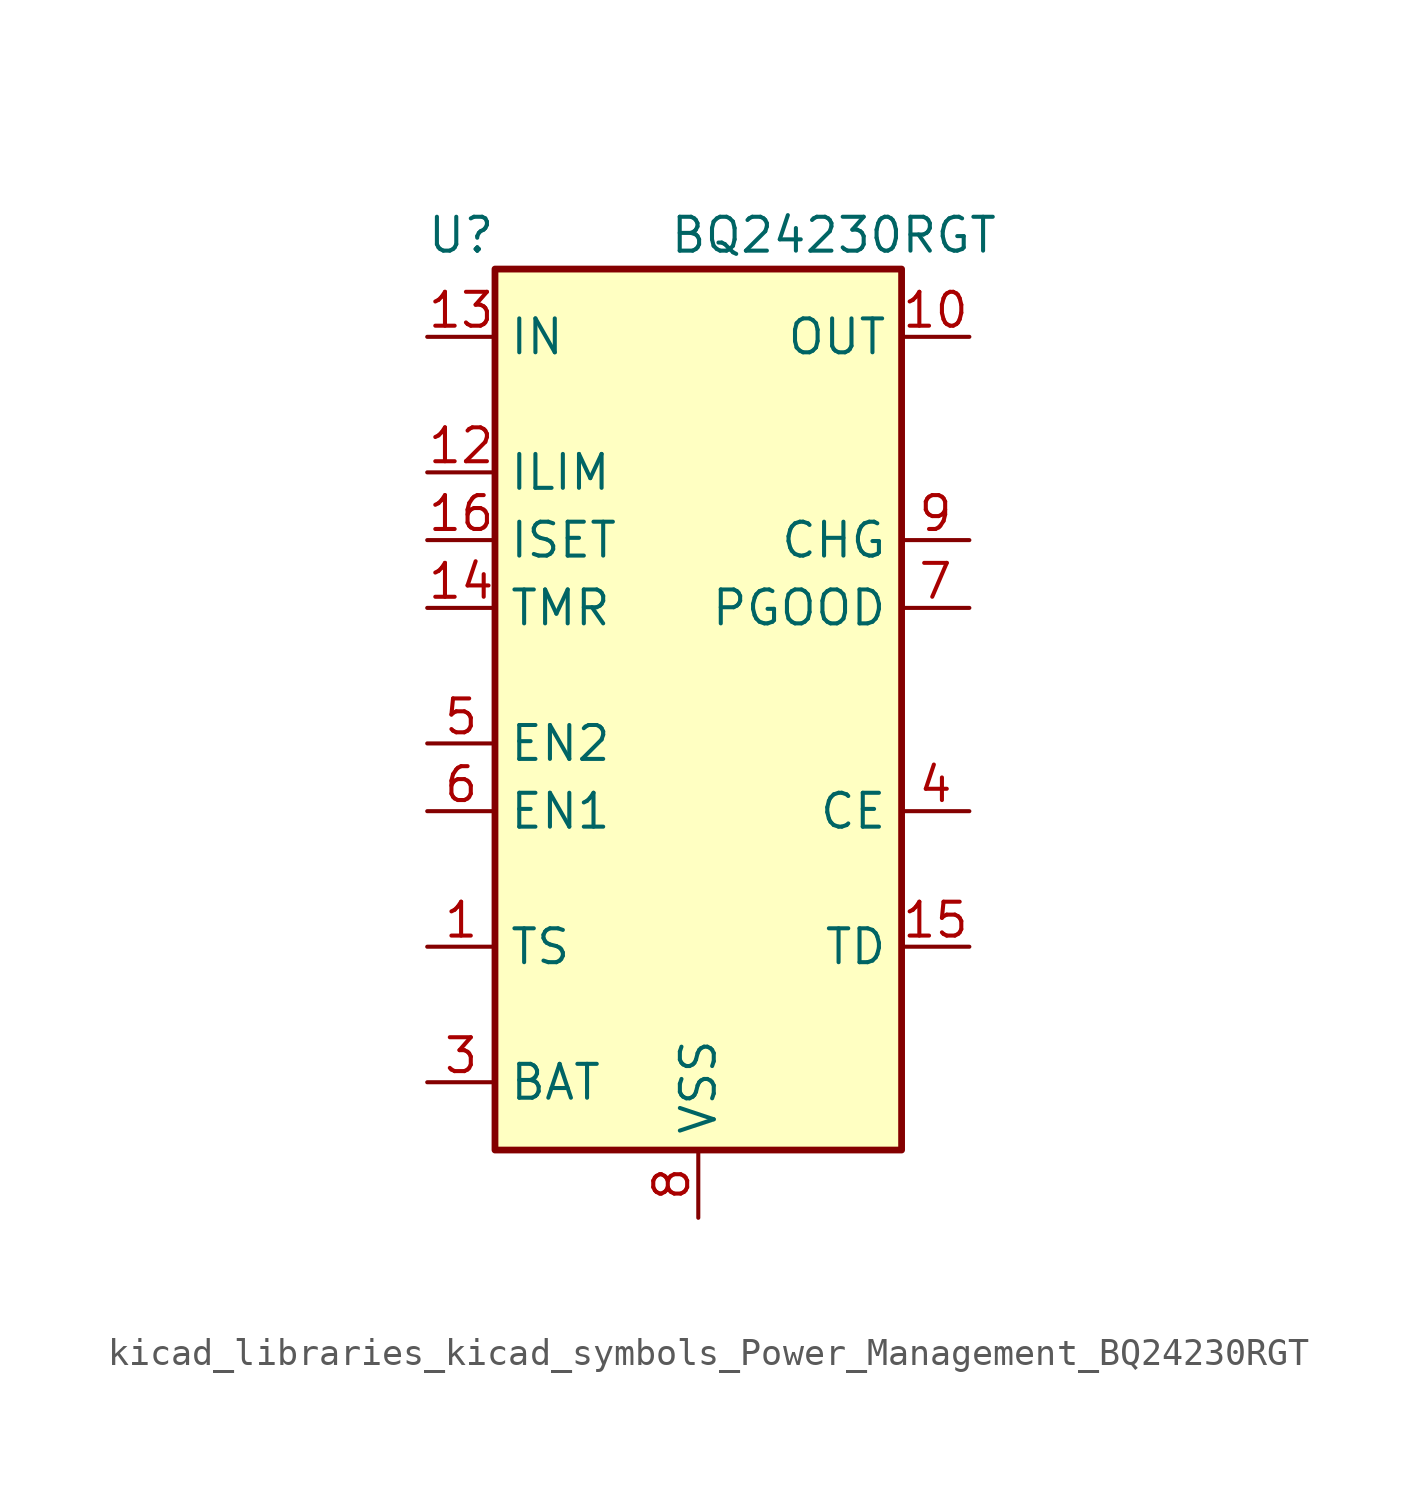
<source format=kicad_sym>
(kicad_symbol_lib
  (version 20220914)
  (generator kicad_symbol_editor)
  (symbol "kicad_libraries_kicad_symbols_Power_Management_BQ24230RGT"
    (property "Reference" "U"
      (at -8.89 19.05 0)
      (effects (font (size 1.27 1.27))))
    (property "Value" "BQ24230RGT"
      (at 5.08 19.05 0)
      (effects (font (size 1.27 1.27))))
    (symbol "kicad_libraries_kicad_symbols_Power_Management_BQ24230RGT_0_1"
      (rectangle (start -7.62 17.78) (end 7.62 -15.24) (stroke (width 0.254) (type default)) (fill (type background))))
    (symbol "kicad_libraries_kicad_symbols_Power_Management_BQ24230RGT_1_1"
      (pin passive line (at -10.16 -7.62 0) (length 2.54) (name "TS" (effects (font (size 1.27 1.27)))) (number "1" (effects (font (size 1.27 1.27)))))
      (pin power_out line (at 10.16 15.24 180) (length 2.54) (name "OUT" (effects (font (size 1.27 1.27)))) (number "10" (effects (font (size 1.27 1.27)))))
      (pin passive line (at 10.16 15.24 180) (length 2.54) hide (name "OUT" (effects (font (size 1.27 1.27)))) (number "11" (effects (font (size 1.27 1.27)))))
      (pin passive line (at -10.16 10.16 0) (length 2.54) (name "ILIM" (effects (font (size 1.27 1.27)))) (number "12" (effects (font (size 1.27 1.27)))))
      (pin power_in line (at -10.16 15.24 0) (length 2.54) (name "IN" (effects (font (size 1.27 1.27)))) (number "13" (effects (font (size 1.27 1.27)))))
      (pin passive line (at -10.16 5.08 0) (length 2.54) (name "TMR" (effects (font (size 1.27 1.27)))) (number "14" (effects (font (size 1.27 1.27)))))
      (pin input line (at 10.16 -7.62 180) (length 2.54) (name "TD" (effects (font (size 1.27 1.27)))) (number "15" (effects (font (size 1.27 1.27)))))
      (pin passive line (at -10.16 7.62 0) (length 2.54) (name "ISET" (effects (font (size 1.27 1.27)))) (number "16" (effects (font (size 1.27 1.27)))))
      (pin passive line (at 0 -17.78 90) (length 2.54) hide (name "VSS" (effects (font (size 1.27 1.27)))) (number "17" (effects (font (size 1.27 1.27)))))
      (pin bidirectional line (at -10.16 -12.7 0) (length 2.54) hide (name "BAT" (effects (font (size 1.27 1.27)))) (number "2" (effects (font (size 1.27 1.27)))))
      (pin bidirectional line (at -10.16 -12.7 0) (length 2.54) (name "BAT" (effects (font (size 1.27 1.27)))) (number "3" (effects (font (size 1.27 1.27)))))
      (pin input line (at 10.16 -2.54 180) (length 2.54) (name "CE" (effects (font (size 1.27 1.27)))) (number "4" (effects (font (size 1.27 1.27)))))
      (pin input line (at -10.16 0 0) (length 2.54) (name "EN2" (effects (font (size 1.27 1.27)))) (number "5" (effects (font (size 1.27 1.27)))))
      (pin input line (at -10.16 -2.54 0) (length 2.54) (name "EN1" (effects (font (size 1.27 1.27)))) (number "6" (effects (font (size 1.27 1.27)))))
      (pin open_collector line (at 10.16 5.08 180) (length 2.54) (name "PGOOD" (effects (font (size 1.27 1.27)))) (number "7" (effects (font (size 1.27 1.27)))))
      (pin power_in line (at 0 -17.78 90) (length 2.54) (name "VSS" (effects (font (size 1.27 1.27)))) (number "8" (effects (font (size 1.27 1.27)))))
      (pin open_collector line (at 10.16 7.62 180) (length 2.54) (name "CHG" (effects (font (size 1.27 1.27)))) (number "9" (effects (font (size 1.27 1.27))))))))
</source>
